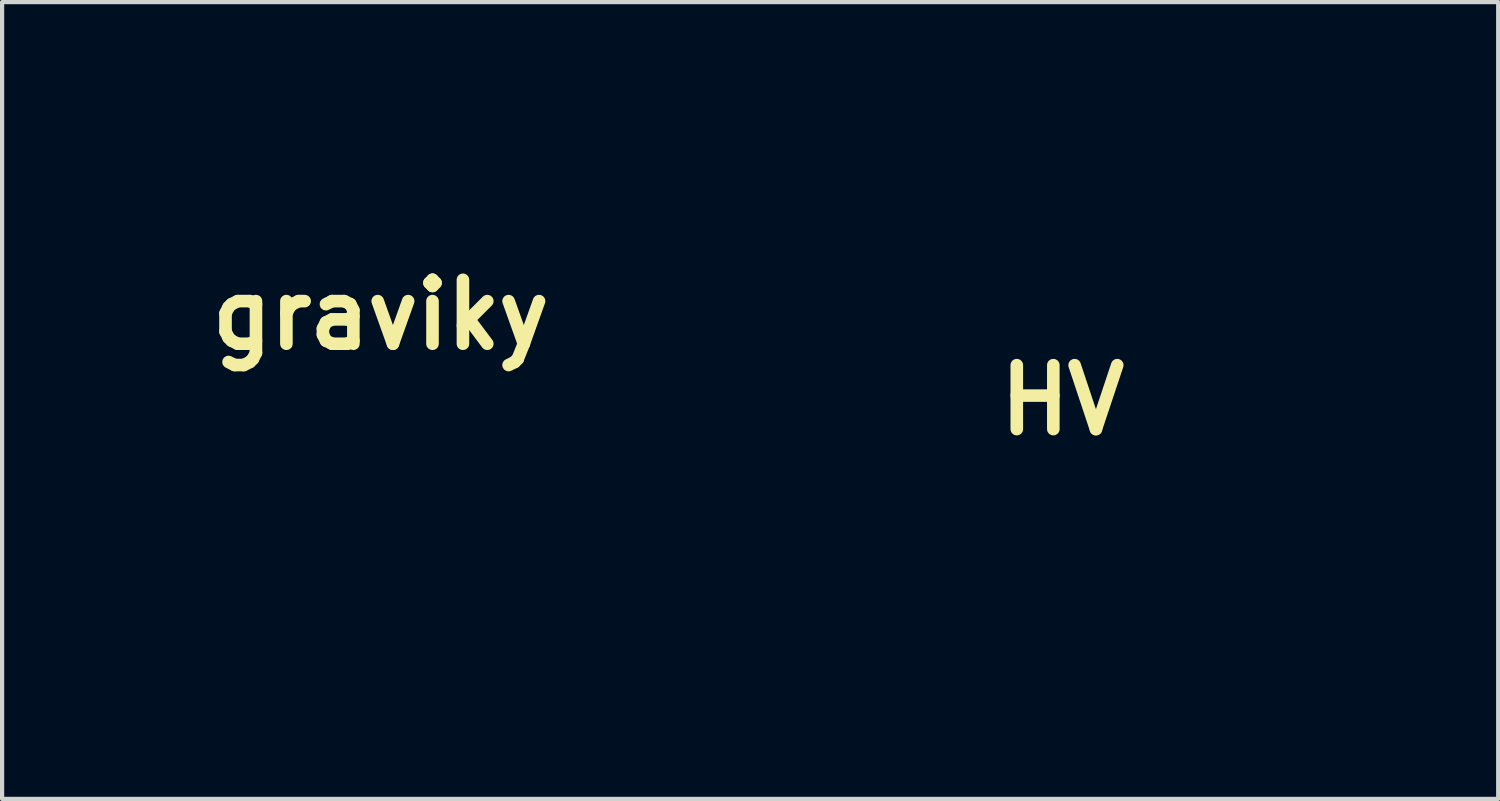
<source format=kicad_pcb>
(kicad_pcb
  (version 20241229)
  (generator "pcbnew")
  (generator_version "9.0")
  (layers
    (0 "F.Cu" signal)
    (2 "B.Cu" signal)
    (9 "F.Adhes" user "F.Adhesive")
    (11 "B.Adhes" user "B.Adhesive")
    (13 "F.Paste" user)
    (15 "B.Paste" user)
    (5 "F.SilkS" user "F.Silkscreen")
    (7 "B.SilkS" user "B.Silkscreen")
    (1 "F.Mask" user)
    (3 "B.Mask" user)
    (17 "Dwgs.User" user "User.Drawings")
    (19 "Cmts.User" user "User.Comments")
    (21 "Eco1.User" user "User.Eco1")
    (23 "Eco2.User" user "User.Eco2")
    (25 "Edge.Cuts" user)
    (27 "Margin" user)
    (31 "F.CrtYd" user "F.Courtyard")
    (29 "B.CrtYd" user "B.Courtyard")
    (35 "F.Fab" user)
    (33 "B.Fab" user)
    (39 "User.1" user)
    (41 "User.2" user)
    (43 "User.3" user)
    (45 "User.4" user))
  (footprint "HV"
    (layer "F.Cu")
    (at 22.281 6.491)
    (property "Reference" "HV" (at 0 0 0) (layer "F.SilkS") (effects (font (size 1.524 1.524) (thickness 0.3))))
    (attr through_hole)
    (fp_poly (pts (xy 0.709 -2.958) (xy 0.69 -2.821) (xy 0.652 -2.634) (xy 0.601 -2.419) (xy 0.542 -2.199) (xy 0.483 -2.007) (xy 0.425 -1.845) (xy 0.335 -1.612) (xy 0.222 -1.33) (xy 0.095 -1.023) (xy -0.025 -0.737) (xy -0.147 -0.451) (xy -0.256 -0.195) (xy -0.346 0.015) (xy -0.409 0.165) (xy -0.44 0.237) (xy -0.441 0.24) (xy -0.411 0.247) (xy -0.31 0.214) (xy -0.155 0.149) (xy -0.068 0.107) (xy 0.327 -0.053) (xy 0.762 -0.161) (xy 0.819 -0.171) (xy 1.085 -0.215) (xy 1.268 -0.241) (xy 1.382 -0.248) (xy 1.443 -0.235) (xy 1.469 -0.204) (xy 1.473 -0.157) (xy 1.454 -0.089) (xy 1.4 0.061) (xy 1.314 0.282) (xy 1.203 0.562) (xy 1.069 0.89) (xy 0.919 1.255) (xy 0.782 1.583) (xy 0.619 1.969) (xy 0.469 2.328) (xy 0.336 2.648) (xy 0.224 2.919) (xy 0.138 3.128) (xy 0.083 3.264) (xy 0.064 3.315) (xy 0.066 3.376) (xy 0.135 3.403) (xy 0.21 3.407) (xy 0.34 3.412) (xy 0.43 3.427) (xy 0.476 3.462) (xy 0.476 3.528) (xy 0.427 3.635) (xy 0.327 3.795) (xy 0.172 4.016) (xy -0.02 4.284) (xy -0.201 4.534) (xy -0.361 4.755) (xy -0.492 4.934) (xy -0.584 5.058) (xy -0.627 5.114) (xy -0.629 5.116) (xy -0.664 5.096) (xy -0.71 5.006) (xy -0.713 5) (xy -0.751 4.906) (xy -0.821 4.737) (xy -0.915 4.513) (xy -1.026 4.255) (xy -1.102 4.077) (xy -1.211 3.817) (xy -1.302 3.592) (xy -1.37 3.415) (xy -1.407 3.305) (xy -1.412 3.274) (xy -1.353 3.269) (xy -1.223 3.277) (xy -1.062 3.296) (xy -0.895 3.318) (xy -0.775 3.332) (xy -0.73 3.334) (xy -0.71 3.281) (xy -0.67 3.148) (xy -0.614 2.952) (xy -0.546 2.709) (xy -0.471 2.437) (xy -0.394 2.152) (xy -0.319 1.872) (xy -0.25 1.613) (xy -0.193 1.393) (xy -0.152 1.229) (xy -0.131 1.136) (xy -0.13 1.123) (xy -0.181 1.134) (xy -0.31 1.179) (xy -0.5 1.251) (xy -0.735 1.343) (xy -0.901 1.41) (xy -1.155 1.514) (xy -1.375 1.6) (xy -1.544 1.664) (xy -1.645 1.698) (xy -1.667 1.703) (xy -1.658 1.652) (xy -1.63 1.515) (xy -1.583 1.304) (xy -1.522 1.03) (xy -1.449 0.705) (xy -1.367 0.343) (xy -1.278 -0.046) (xy -1.185 -0.449) (xy -1.092 -0.853) (xy -1.001 -1.247) (xy -0.914 -1.619) (xy -0.835 -1.956) (xy -0.766 -2.246) (xy -0.71 -2.478) (xy -0.671 -2.638) (xy -0.65 -2.715) (xy -0.648 -2.72) (xy -0.591 -2.739) (xy -0.459 -2.773) (xy -0.274 -2.817) (xy -0.058 -2.866) (xy 0.166 -2.916) (xy 0.377 -2.961) (xy 0.552 -2.996) (xy 0.669 -3.017) (xy 0.705 -3.02) (xy 0.709 -2.958)) (stroke (width 0.01) (type solid)) (fill yes) (layer "F.Mask"))
    (fp_poly (pts (xy 0.303 -6.419) (xy 0.514 -6.268) (xy 0.519 -6.262) (xy 0.56 -6.202) (xy 0.649 -6.058) (xy 0.783 -5.838) (xy 0.958 -5.545) (xy 1.171 -5.185) (xy 1.42 -4.764) (xy 1.7 -4.286) (xy 2.01 -3.758) (xy 2.345 -3.183) (xy 2.704 -2.569) (xy 3.081 -1.919) (xy 3.476 -1.24) (xy 3.884 -0.536) (xy 4.017 -0.305) (xy 4.501 0.531) (xy 4.936 1.283) (xy 5.325 1.957) (xy 5.671 2.557) (xy 5.976 3.087) (xy 6.242 3.552) (xy 6.473 3.957) (xy 6.671 4.306) (xy 6.838 4.603) (xy 6.977 4.854) (xy 7.091 5.063) (xy 7.181 5.234) (xy 7.251 5.373) (xy 7.303 5.483) (xy 7.34 5.569) (xy 7.364 5.636) (xy 7.377 5.689) (xy 7.383 5.731) (xy 7.384 5.753) (xy 7.351 5.989) (xy 7.241 6.187) (xy 7.043 6.366) (xy 7.011 6.388) (xy 6.843 6.502) (xy -6.843 6.502) (xy -7.011 6.388) (xy -7.221 6.21) (xy -7.342 6.016) (xy -7.384 5.786) (xy -7.384 5.753) (xy -7.383 5.74) (xy -6.616 5.74) (xy 6.616 5.74) (xy 6.543 5.626) (xy 6.509 5.569) (xy 6.428 5.428) (xy 6.301 5.211) (xy 6.133 4.922) (xy 5.927 4.566) (xy 5.686 4.149) (xy 5.412 3.677) (xy 5.11 3.154) (xy 4.781 2.586) (xy 4.43 1.979) (xy 4.059 1.337) (xy 3.671 0.666) (xy 3.27 -0.028) (xy 3.249 -0.064) (xy 2.849 -0.756) (xy 2.462 -1.424) (xy 2.093 -2.062) (xy 1.743 -2.665) (xy 1.416 -3.227) (xy 1.116 -3.743) (xy 0.845 -4.209) (xy 0.606 -4.618) (xy 0.402 -4.966) (xy 0.236 -5.247) (xy 0.112 -5.457) (xy 0.033 -5.589) (xy 0.000428 -5.639) (xy 0 -5.639) (xy -0.028 -5.596) (xy -0.104 -5.47) (xy -0.225 -5.266) (xy -0.388 -4.991) (xy -0.588 -4.648) (xy -0.825 -4.243) (xy -1.094 -3.782) (xy -1.392 -3.269) (xy -1.717 -2.71) (xy -2.065 -2.111) (xy -2.433 -1.475) (xy -2.818 -0.809) (xy -3.218 -0.118) (xy -3.249 -0.064) (xy -3.651 0.632) (xy -4.039 1.303) (xy -4.411 1.947) (xy -4.764 2.556) (xy -5.094 3.126) (xy -5.398 3.651) (xy -5.673 4.127) (xy -5.916 4.546) (xy -6.124 4.905) (xy -6.294 5.198) (xy -6.422 5.419) (xy -6.506 5.563) (xy -6.543 5.625) (xy -6.543 5.626) (xy -6.616 5.74) (xy -7.383 5.74) (xy -7.382 5.715) (xy -7.373 5.669) (xy -7.355 5.611) (xy -7.327 5.536) (xy -7.284 5.441) (xy -7.225 5.32) (xy -7.147 5.169) (xy -7.047 4.982) (xy -6.923 4.757) (xy -6.773 4.487) (xy -6.594 4.169) (xy -6.383 3.798) (xy -6.138 3.369) (xy -5.856 2.878) (xy -5.534 2.32) (xy -5.171 1.691) (xy -4.764 0.985) (xy -4.309 0.199) (xy -4.017 -0.305) (xy -3.606 -1.016) (xy -3.207 -1.704) (xy -2.823 -2.363) (xy -2.458 -2.99) (xy -2.115 -3.578) (xy -1.797 -4.122) (xy -1.506 -4.616) (xy -1.247 -5.056) (xy -1.022 -5.436) (xy -0.835 -5.751) (xy -0.687 -5.996) (xy -0.584 -6.164) (xy -0.527 -6.252) (xy -0.519 -6.262) (xy -0.376 -6.374) (xy -0.207 -6.456) (xy -0.193 -6.461) (xy 0.058 -6.486) (xy 0.303 -6.419)) (stroke (width 0.01) (type solid)) (fill yes) (layer "F.Mask")))
  (footprint "graviky"
    (layer "F.Cu")
    (at 6.028 4.456)
    (property "Reference" "graviky" (at 0 0 0) (layer "F.SilkS") (effects (font (size 1.524 1.524) (thickness 0.3))))
    (attr through_hole)
    (fp_poly (pts (xy -4.038 3.65) (xy -3.962 3.655) (xy -3.903 3.661) (xy -3.86 3.671) (xy -3.829 3.683) (xy -3.822 3.687) (xy -3.808 3.706) (xy -3.797 3.744) (xy -3.788 3.797) (xy -3.782 3.866) (xy -3.78 3.946) (xy -3.78 3.962) (xy -3.783 4.068) (xy -3.793 4.156) (xy -3.811 4.228) (xy -3.838 4.288) (xy -3.875 4.338) (xy -3.922 4.379) (xy -3.982 4.414) (xy -3.992 4.418) (xy -4.023 4.431) (xy -4.053 4.44) (xy -4.089 4.445) (xy -4.137 4.447) (xy -4.15 4.447) (xy -4.21 4.447) (xy -4.259 4.443) (xy -4.293 4.436) (xy -4.351 4.413) (xy -4.402 4.382) (xy -4.438 4.354) (xy -4.499 4.288) (xy -4.543 4.213) (xy -4.571 4.132) (xy -4.582 4.047) (xy -4.576 3.961) (xy -4.552 3.877) (xy -4.511 3.798) (xy -4.489 3.767) (xy -4.441 3.723) (xy -4.375 3.688) (xy -4.292 3.665) (xy -4.192 3.652) (xy -4.074 3.649) (xy -4.038 3.65)) (stroke (width 0.01) (type solid)) (fill yes) (layer "F.Mask"))
    (fp_poly (pts (xy -4.105 -0.205) (xy -3.748 0.026) (xy -3.372 0.257) (xy -2.98 0.486) (xy -2.573 0.712) (xy -2.153 0.935) (xy -1.722 1.153) (xy -1.281 1.366) (xy -0.833 1.573) (xy -0.379 1.773) (xy 0.079 1.965) (xy 0.336 2.067) (xy 0.594 2.168) (xy 0.857 2.266) (xy 1.122 2.362) (xy 1.388 2.454) (xy 1.652 2.542) (xy 1.91 2.626) (xy 2.162 2.704) (xy 2.404 2.775) (xy 2.635 2.839) (xy 2.851 2.895) (xy 2.964 2.922) (xy 3.011 2.934) (xy 3.05 2.945) (xy 3.077 2.953) (xy 3.088 2.959) (xy 3.089 2.959) (xy 3.081 2.97) (xy 3.062 2.991) (xy 3.031 3.022) (xy 2.993 3.059) (xy 2.949 3.101) (xy 2.903 3.144) (xy 2.855 3.187) (xy 2.81 3.228) (xy 2.768 3.264) (xy 2.763 3.268) (xy 2.529 3.452) (xy 2.284 3.619) (xy 2.03 3.767) (xy 1.766 3.898) (xy 1.494 4.011) (xy 1.212 4.105) (xy 0.922 4.181) (xy 0.623 4.239) (xy 0.457 4.263) (xy 0.407 4.268) (xy 0.339 4.272) (xy 0.259 4.276) (xy 0.169 4.279) (xy 0.074 4.281) (xy -0.023 4.283) (xy -0.119 4.284) (xy -0.209 4.283) (xy -0.29 4.282) (xy -0.358 4.28) (xy -0.41 4.277) (xy -0.411 4.277) (xy -0.715 4.239) (xy -1.011 4.182) (xy -1.3 4.106) (xy -1.583 4.012) (xy -1.86 3.897) (xy -2.023 3.82) (xy -2.202 3.739) (xy -2.38 3.678) (xy -2.525 3.642) (xy -2.59 3.63) (xy -2.65 3.62) (xy -2.708 3.614) (xy -2.768 3.61) (xy -2.833 3.609) (xy -2.909 3.61) (xy -2.998 3.614) (xy -3.06 3.617) (xy -3.189 3.622) (xy -3.3 3.622) (xy -3.394 3.618) (xy -3.474 3.607) (xy -3.54 3.591) (xy -3.594 3.567) (xy -3.638 3.535) (xy -3.674 3.495) (xy -3.703 3.447) (xy -3.727 3.389) (xy -3.737 3.358) (xy -3.741 3.342) (xy -3.744 3.32) (xy -3.747 3.292) (xy -3.749 3.254) (xy -3.751 3.205) (xy -3.752 3.144) (xy -3.753 3.067) (xy -3.754 2.973) (xy -3.754 2.896) (xy -3.754 2.792) (xy -3.755 2.707) (xy -3.755 2.637) (xy -3.756 2.58) (xy -3.758 2.535) (xy -3.76 2.498) (xy -3.763 2.467) (xy -3.766 2.44) (xy -3.771 2.415) (xy -3.776 2.389) (xy -3.777 2.383) (xy -3.801 2.284) (xy -3.828 2.193) (xy -3.859 2.104) (xy -3.897 2.01) (xy -3.944 1.906) (xy -3.954 1.885) (xy -4.057 1.659) (xy -4.145 1.441) (xy -4.219 1.228) (xy -4.28 1.016) (xy -4.329 0.803) (xy -4.368 0.583) (xy -4.383 0.472) (xy -4.396 0.352) (xy -4.407 0.224) (xy -4.414 0.093) (xy -4.418 -0.035) (xy -4.418 -0.156) (xy -4.415 -0.266) (xy -4.411 -0.332) (xy -4.404 -0.404) (xy -4.105 -0.205)) (stroke (width 0.01) (type solid)) (fill yes) (layer "F.Mask"))
    (fp_poly (pts (xy 0.096 -4.45) (xy 0.253 -4.444) (xy 0.367 -4.435) (xy 0.664 -4.396) (xy 0.956 -4.338) (xy 1.241 -4.261) (xy 1.518 -4.166) (xy 1.788 -4.053) (xy 2.049 -3.922) (xy 2.3 -3.774) (xy 2.541 -3.608) (xy 2.772 -3.427) (xy 2.99 -3.229) (xy 3.196 -3.015) (xy 3.368 -2.814) (xy 3.547 -2.575) (xy 3.708 -2.327) (xy 3.85 -2.069) (xy 3.975 -1.803) (xy 4.081 -1.528) (xy 4.168 -1.245) (xy 4.238 -0.953) (xy 4.289 -0.652) (xy 4.304 -0.526) (xy 4.312 -0.44) (xy 4.317 -0.341) (xy 4.321 -0.232) (xy 4.322 -0.118) (xy 4.322 -0.003) (xy 4.319 0.111) (xy 4.315 0.22) (xy 4.309 0.319) (xy 4.301 0.405) (xy 4.291 0.473) (xy 4.29 0.485) (xy 4.292 0.496) (xy 4.3 0.508) (xy 4.316 0.524) (xy 4.342 0.545) (xy 4.38 0.574) (xy 4.426 0.61) (xy 4.641 0.775) (xy 4.839 0.936) (xy 5.021 1.093) (xy 5.186 1.246) (xy 5.333 1.394) (xy 5.462 1.537) (xy 5.573 1.674) (xy 5.666 1.806) (xy 5.74 1.931) (xy 5.753 1.955) (xy 5.807 2.08) (xy 5.843 2.2) (xy 5.86 2.315) (xy 5.858 2.423) (xy 5.837 2.526) (xy 5.796 2.622) (xy 5.761 2.681) (xy 5.694 2.759) (xy 5.613 2.827) (xy 5.516 2.885) (xy 5.403 2.934) (xy 5.272 2.973) (xy 5.151 2.999) (xy 5.108 3.006) (xy 5.063 3.012) (xy 5.014 3.016) (xy 4.957 3.019) (xy 4.887 3.021) (xy 4.803 3.023) (xy 4.77 3.023) (xy 4.692 3.023) (xy 4.614 3.023) (xy 4.54 3.022) (xy 4.475 3.021) (xy 4.424 3.019) (xy 4.399 3.017) (xy 4.133 2.989) (xy 3.851 2.948) (xy 3.554 2.895) (xy 3.245 2.831) (xy 2.922 2.755) (xy 2.588 2.668) (xy 2.242 2.57) (xy 1.887 2.461) (xy 1.522 2.341) (xy 1.148 2.211) (xy 0.767 2.071) (xy 0.38 1.921) (xy 0.365 1.915) (xy -0.039 1.751) (xy -0.439 1.581) (xy -0.833 1.406) (xy -1.222 1.226) (xy -1.603 1.043) (xy -1.976 0.856) (xy -2.339 0.666) (xy -2.693 0.475) (xy -3.034 0.281) (xy -3.364 0.086) (xy -3.68 -0.109) (xy -3.982 -0.304) (xy -4.268 -0.499) (xy -4.538 -0.692) (xy -4.791 -0.883) (xy -5.025 -1.073) (xy -5.136 -1.167) (xy -5.202 -1.227) (xy -5.275 -1.295) (xy -5.351 -1.368) (xy -5.427 -1.444) (xy -5.5 -1.519) (xy -5.568 -1.591) (xy -5.627 -1.655) (xy -5.673 -1.71) (xy -5.679 -1.717) (xy -5.776 -1.845) (xy -5.857 -1.965) (xy -5.92 -2.078) (xy -5.968 -2.186) (xy -6.001 -2.289) (xy -6.019 -2.39) (xy -6.023 -2.439) (xy -6.023 -2.443) (xy -5.613 -2.443) (xy -5.598 -2.375) (xy -5.569 -2.299) (xy -5.525 -2.214) (xy -5.467 -2.122) (xy -5.395 -2.024) (xy -5.311 -1.921) (xy -5.213 -1.812) (xy -5.137 -1.734) (xy -4.972 -1.576) (xy -4.788 -1.413) (xy -4.587 -1.247) (xy -4.368 -1.078) (xy -4.133 -0.907) (xy -3.883 -0.733) (xy -3.618 -0.559) (xy -3.34 -0.383) (xy -3.05 -0.206) (xy -2.748 -0.03) (xy -2.435 0.145) (xy -2.113 0.319) (xy -1.781 0.492) (xy -1.442 0.662) (xy -1.096 0.83) (xy -0.743 0.994) (xy -0.386 1.154) (xy -0.024 1.31) (xy 0.342 1.461) (xy 0.447 1.504) (xy 0.803 1.643) (xy 1.153 1.774) (xy 1.497 1.896) (xy 1.834 2.01) (xy 2.163 2.115) (xy 2.483 2.21) (xy 2.793 2.297) (xy 3.093 2.373) (xy 3.381 2.44) (xy 3.657 2.496) (xy 3.919 2.543) (xy 4.168 2.578) (xy 4.402 2.603) (xy 4.62 2.617) (xy 4.704 2.62) (xy 4.745 2.62) (xy 4.799 2.618) (xy 4.858 2.615) (xy 4.915 2.611) (xy 5.047 2.597) (xy 5.161 2.577) (xy 5.255 2.55) (xy 5.331 2.517) (xy 5.388 2.478) (xy 5.391 2.475) (xy 5.425 2.438) (xy 5.444 2.4) (xy 5.449 2.356) (xy 5.442 2.3) (xy 5.441 2.292) (xy 5.415 2.209) (xy 5.372 2.118) (xy 5.312 2.019) (xy 5.236 1.912) (xy 5.144 1.799) (xy 5.037 1.681) (xy 4.914 1.557) (xy 4.778 1.429) (xy 4.628 1.297) (xy 4.572 1.249) (xy 4.522 1.208) (xy 4.469 1.165) (xy 4.415 1.121) (xy 4.362 1.08) (xy 4.314 1.042) (xy 4.271 1.01) (xy 4.238 0.985) (xy 4.216 0.97) (xy 4.207 0.965) (xy 4.202 0.974) (xy 4.193 0.998) (xy 4.183 1.032) (xy 4.181 1.039) (xy 4.159 1.121) (xy 4.13 1.216) (xy 4.096 1.317) (xy 4.061 1.418) (xy 4.025 1.514) (xy 4.011 1.549) (xy 3.98 1.624) (xy 3.944 1.703) (xy 3.906 1.786) (xy 3.865 1.869) (xy 3.823 1.951) (xy 3.781 2.03) (xy 3.74 2.104) (xy 3.702 2.171) (xy 3.667 2.228) (xy 3.637 2.274) (xy 3.612 2.307) (xy 3.594 2.324) (xy 3.588 2.327) (xy 3.574 2.324) (xy 3.543 2.318) (xy 3.498 2.309) (xy 3.441 2.297) (xy 3.377 2.283) (xy 3.325 2.271) (xy 2.979 2.188) (xy 2.621 2.092) (xy 2.252 1.984) (xy 1.874 1.864) (xy 1.489 1.733) (xy 1.099 1.592) (xy 0.704 1.442) (xy 0.307 1.284) (xy -0.09 1.117) (xy -0.486 0.943) (xy -0.88 0.763) (xy -1.269 0.578) (xy -1.653 0.387) (xy -2.028 0.193) (xy -2.394 -0.005) (xy -2.75 -0.205) (xy -3.092 -0.407) (xy -3.42 -0.61) (xy -3.732 -0.814) (xy -4.027 -1.017) (xy -4.183 -1.129) (xy -4.276 -1.198) (xy -4.255 -1.272) (xy -4.19 -1.481) (xy -4.111 -1.693) (xy -4.021 -1.905) (xy -3.92 -2.111) (xy -3.813 -2.306) (xy -3.7 -2.487) (xy -3.697 -2.491) (xy -3.673 -2.529) (xy -3.654 -2.56) (xy -3.643 -2.581) (xy -3.641 -2.588) (xy -3.655 -2.593) (xy -3.686 -2.6) (xy -3.733 -2.609) (xy -3.791 -2.619) (xy -3.86 -2.63) (xy -3.936 -2.642) (xy -4.017 -2.653) (xy -4.1 -2.665) (xy -4.182 -2.675) (xy -4.261 -2.685) (xy -4.335 -2.693) (xy -4.376 -2.697) (xy -4.553 -2.711) (xy -4.721 -2.718) (xy -4.879 -2.719) (xy -5.025 -2.715) (xy -5.158 -2.704) (xy -5.277 -2.687) (xy -5.381 -2.665) (xy -5.468 -2.637) (xy -5.537 -2.603) (xy -5.564 -2.586) (xy -5.596 -2.549) (xy -5.612 -2.501) (xy -5.613 -2.443) (xy -6.023 -2.443) (xy -6.021 -2.544) (xy -6.006 -2.636) (xy -5.977 -2.718) (xy -5.931 -2.792) (xy -5.869 -2.863) (xy -5.865 -2.867) (xy -5.792 -2.928) (xy -5.711 -2.979) (xy -5.618 -3.021) (xy -5.573 -3.037) (xy -5.482 -3.064) (xy -5.39 -3.086) (xy -5.293 -3.103) (xy -5.188 -3.116) (xy -5.073 -3.124) (xy -4.945 -3.127) (xy -4.802 -3.127) (xy -4.731 -3.126) (xy -4.486 -3.116) (xy -4.241 -3.097) (xy -3.991 -3.068) (xy -3.732 -3.028) (xy -3.534 -2.991) (xy -3.353 -2.956) (xy -3.157 -3.152) (xy -3.026 -3.279) (xy -2.901 -3.393) (xy -2.777 -3.498) (xy -2.649 -3.597) (xy -2.569 -3.655) (xy -2.328 -3.813) (xy -2.076 -3.956) (xy -1.814 -4.082) (xy -1.543 -4.191) (xy -1.267 -4.282) (xy -0.986 -4.354) (xy -0.711 -4.405) (xy -0.565 -4.423) (xy -0.406 -4.437) (xy -0.238 -4.446) (xy -0.069 -4.451) (xy 0.096 -4.45)) (stroke (width 0.01) (type solid)) (fill yes) (layer "F.Mask")))
  (gr_rect
    (start -3 -3)
    (end 32.67 15.998)
    (stroke (width 0.1) (type default))
    (fill no)
    (layer "Edge.Cuts")))
</source>
